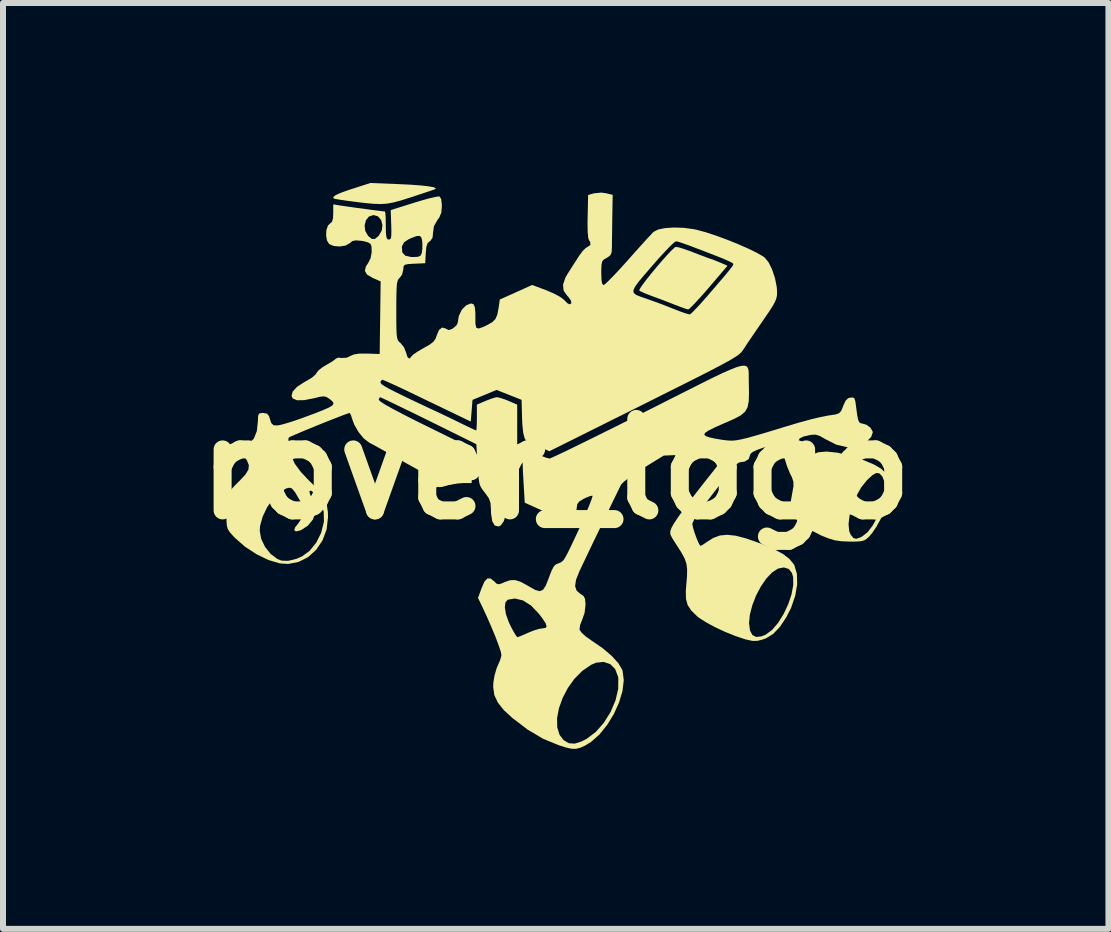
<source format=kicad_pcb>
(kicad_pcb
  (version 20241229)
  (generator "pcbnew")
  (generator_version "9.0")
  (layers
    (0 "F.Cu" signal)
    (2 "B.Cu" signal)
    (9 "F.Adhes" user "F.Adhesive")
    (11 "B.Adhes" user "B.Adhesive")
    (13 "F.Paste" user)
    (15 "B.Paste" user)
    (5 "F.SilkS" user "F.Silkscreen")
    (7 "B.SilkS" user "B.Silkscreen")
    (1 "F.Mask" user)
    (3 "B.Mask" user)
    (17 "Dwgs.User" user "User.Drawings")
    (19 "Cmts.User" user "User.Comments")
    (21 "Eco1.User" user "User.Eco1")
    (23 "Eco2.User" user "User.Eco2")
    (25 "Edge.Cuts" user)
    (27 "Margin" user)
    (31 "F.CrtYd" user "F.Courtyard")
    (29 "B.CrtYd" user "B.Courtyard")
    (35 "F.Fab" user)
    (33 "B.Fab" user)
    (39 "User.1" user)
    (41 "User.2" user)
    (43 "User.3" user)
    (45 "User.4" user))
  (footprint "rover_logo"
    (layer "F.Cu")
    (at 6.212 4.767)
    (property "Reference" "rover_logo" (at 0 0 0) (layer "F.SilkS") (effects (font (size 1.524 1.524) (thickness 0.3))))
    (attr board_only exclude_from_pos_files exclude_from_bom)
    (fp_poly (pts (xy -2.632 -4.749) (xy -2.42 -4.739) (xy -2.247 -4.726) (xy -2.116 -4.711) (xy -2.031 -4.695) (xy -1.998 -4.678) (xy -2.014 -4.663) (xy -2.058 -4.647) (xy -2.144 -4.618) (xy -2.263 -4.579) (xy -2.4 -4.533) (xy -2.419 -4.527) (xy -2.574 -4.478) (xy -2.699 -4.444) (xy -2.81 -4.423) (xy -2.921 -4.416) (xy -3.048 -4.421) (xy -3.205 -4.436) (xy -3.37 -4.457) (xy -3.5 -4.474) (xy -3.607 -4.49) (xy -3.678 -4.503) (xy -3.702 -4.509) (xy -3.706 -4.534) (xy -3.669 -4.564) (xy -3.586 -4.602) (xy -3.453 -4.65) (xy -3.384 -4.672) (xy -3.089 -4.767)) (stroke (width 0) (type solid)) (fill yes) (layer "F.SilkS"))
    (fp_poly (pts (xy 2.042 -3.696) (xy 2.124 -3.672) (xy 2.232 -3.634) (xy 2.303 -3.607) (xy 2.417 -3.563) (xy 2.509 -3.528) (xy 2.567 -3.507) (xy 2.581 -3.503) (xy 2.613 -3.493) (xy 2.68 -3.466) (xy 2.728 -3.446) (xy 2.863 -3.388) (xy 2.551 -3.022) (xy 2.445 -2.9) (xy 2.35 -2.796) (xy 2.274 -2.716) (xy 2.224 -2.669) (xy 2.207 -2.66) (xy 2.166 -2.671) (xy 2.087 -2.699) (xy 1.984 -2.738) (xy 1.956 -2.749) (xy 1.825 -2.8) (xy 1.69 -2.851) (xy 1.579 -2.892) (xy 1.577 -2.893) (xy 1.486 -2.928) (xy 1.418 -2.959) (xy 1.392 -2.975) (xy 1.402 -3.004) (xy 1.444 -3.067) (xy 1.509 -3.154) (xy 1.592 -3.258) (xy 1.683 -3.368) (xy 1.775 -3.475) (xy 1.861 -3.571) (xy 1.933 -3.647) (xy 1.984 -3.693) (xy 2 -3.702)) (stroke (width 0) (type solid)) (fill yes) (layer "F.SilkS"))
    (fp_poly (pts (xy 3.182 -1.711) (xy 3.203 -1.684) (xy 3.214 -1.643) (xy 3.217 -1.589) (xy 3.217 -1.524) (xy 3.218 -1.447) (xy 3.218 -1.447) (xy 3.221 -1.264) (xy 3.217 -1.129) (xy 3.197 -1.03) (xy 3.156 -0.956) (xy 3.087 -0.896) (xy 2.983 -0.84) (xy 2.837 -0.775) (xy 2.803 -0.761) (xy 2.648 -0.692) (xy 2.544 -0.64) (xy 2.488 -0.601) (xy 2.476 -0.571) (xy 2.505 -0.547) (xy 2.56 -0.528) (xy 2.655 -0.507) (xy 2.774 -0.487) (xy 2.836 -0.479) (xy 2.892 -0.474) (xy 2.947 -0.473) (xy 3.009 -0.479) (xy 3.086 -0.493) (xy 3.184 -0.516) (xy 3.311 -0.551) (xy 3.476 -0.599) (xy 3.684 -0.662) (xy 3.81 -0.701) (xy 4.048 -0.772) (xy 4.241 -0.825) (xy 4.398 -0.863) (xy 4.528 -0.889) (xy 4.568 -0.895) (xy 4.666 -0.91) (xy 4.722 -0.93) (xy 4.756 -0.966) (xy 4.784 -1.031) (xy 4.791 -1.051) (xy 4.83 -1.137) (xy 4.872 -1.179) (xy 4.914 -1.191) (xy 4.956 -1.192) (xy 4.98 -1.174) (xy 4.995 -1.122) (xy 5.007 -1.031) (xy 5.024 -0.902) (xy 5.04 -0.821) (xy 5.06 -0.777) (xy 5.087 -0.761) (xy 5.105 -0.759) (xy 5.179 -0.738) (xy 5.246 -0.688) (xy 5.282 -0.626) (xy 5.284 -0.61) (xy 5.258 -0.535) (xy 5.187 -0.462) (xy 5.086 -0.402) (xy 5.02 -0.379) (xy 4.854 -0.365) (xy 4.676 -0.406) (xy 4.491 -0.5) (xy 4.401 -0.552) (xy 4.331 -0.573) (xy 4.258 -0.57) (xy 4.243 -0.567) (xy 4.131 -0.542) (xy 4.067 -0.511) (xy 4.042 -0.465) (xy 4.045 -0.395) (xy 4.046 -0.385) (xy 4.077 -0.263) (xy 4.116 -0.195) (xy 4.17 -0.179) (xy 4.242 -0.213) (xy 4.27 -0.234) (xy 4.372 -0.279) (xy 4.516 -0.291) (xy 4.698 -0.272) (xy 4.911 -0.221) (xy 4.93 -0.215) (xy 5.139 -0.145) (xy 5.304 -0.075) (xy 5.422 -0.007) (xy 5.487 0.056) (xy 5.49 0.061) (xy 5.506 0.125) (xy 5.514 0.234) (xy 5.514 0.378) (xy 5.513 0.392) (xy 5.506 0.531) (xy 5.491 0.634) (xy 5.465 0.722) (xy 5.422 0.819) (xy 5.405 0.853) (xy 5.344 0.963) (xy 5.277 1.062) (xy 5.221 1.129) (xy 5.174 1.17) (xy 5.127 1.194) (xy 5.065 1.206) (xy 4.971 1.21) (xy 4.895 1.209) (xy 4.761 1.204) (xy 4.652 1.188) (xy 4.543 1.155) (xy 4.423 1.107) (xy 4.212 0.998) (xy 4.109 0.919) (xy 4.88 0.919) (xy 4.892 1.038) (xy 4.916 1.094) (xy 4.961 1.149) (xy 5.007 1.164) (xy 5.075 1.141) (xy 5.107 1.125) (xy 5.199 1.052) (xy 5.285 0.939) (xy 5.361 0.797) (xy 5.423 0.64) (xy 5.465 0.481) (xy 5.484 0.332) (xy 5.476 0.205) (xy 5.443 0.123) (xy 5.396 0.074) (xy 5.345 0.065) (xy 5.281 0.1) (xy 5.194 0.18) (xy 5.185 0.189) (xy 5.088 0.311) (xy 5.006 0.457) (xy 4.941 0.616) (xy 4.898 0.774) (xy 4.88 0.919) (xy 4.109 0.919) (xy 4.051 0.874) (xy 3.976 0.795) (xy 3.931 0.723) (xy 3.912 0.643) (xy 3.918 0.539) (xy 3.943 0.395) (xy 3.946 0.381) (xy 3.963 0.283) (xy 3.961 0.212) (xy 3.938 0.141) (xy 3.904 0.072) (xy 3.855 -0.046) (xy 3.813 -0.181) (xy 3.798 -0.247) (xy 3.779 -0.34) (xy 3.762 -0.408) (xy 3.752 -0.433) (xy 3.72 -0.43) (xy 3.646 -0.413) (xy 3.543 -0.383) (xy 3.489 -0.366) (xy 3.36 -0.32) (xy 3.28 -0.283) (xy 3.244 -0.25) (xy 3.241 -0.236) (xy 3.215 -0.164) (xy 3.147 -0.123) (xy 3.095 -0.117) (xy 3.054 -0.108) (xy 3.009 -0.078) (xy 2.951 -0.018) (xy 2.872 0.079) (xy 2.816 0.153) (xy 2.713 0.29) (xy 2.6 0.437) (xy 2.496 0.573) (xy 2.446 0.637) (xy 2.366 0.745) (xy 2.309 0.838) (xy 2.279 0.905) (xy 2.277 0.919) (xy 2.288 0.976) (xy 2.314 1.061) (xy 2.348 1.155) (xy 2.382 1.234) (xy 2.408 1.279) (xy 2.409 1.28) (xy 2.436 1.271) (xy 2.492 1.235) (xy 2.516 1.218) (xy 2.625 1.149) (xy 2.735 1.108) (xy 2.857 1.096) (xy 2.999 1.111) (xy 3.171 1.156) (xy 3.383 1.23) (xy 3.428 1.247) (xy 3.633 1.333) (xy 3.786 1.415) (xy 3.894 1.497) (xy 3.965 1.583) (xy 3.978 1.606) (xy 4.02 1.749) (xy 4.024 1.923) (xy 3.991 2.114) (xy 3.923 2.313) (xy 3.843 2.47) (xy 3.734 2.634) (xy 3.624 2.748) (xy 3.506 2.821) (xy 3.441 2.844) (xy 3.359 2.864) (xy 3.285 2.865) (xy 3.195 2.847) (xy 3.139 2.832) (xy 2.984 2.779) (xy 2.816 2.711) (xy 2.65 2.633) (xy 2.532 2.569) (xy 3.222 2.569) (xy 3.238 2.691) (xy 3.277 2.766) (xy 3.339 2.799) (xy 3.431 2.789) (xy 3.501 2.76) (xy 3.607 2.681) (xy 3.708 2.562) (xy 3.799 2.415) (xy 3.875 2.253) (xy 3.93 2.089) (xy 3.959 1.934) (xy 3.957 1.801) (xy 3.937 1.733) (xy 3.885 1.666) (xy 3.804 1.64) (xy 3.705 1.659) (xy 3.605 1.725) (xy 3.507 1.829) (xy 3.417 1.961) (xy 3.338 2.111) (xy 3.277 2.269) (xy 3.236 2.425) (xy 3.222 2.569) (xy 2.532 2.569) (xy 2.503 2.553) (xy 2.389 2.48) (xy 2.355 2.453) (xy 2.259 2.358) (xy 2.199 2.268) (xy 2.171 2.165) (xy 2.168 2.032) (xy 2.175 1.943) (xy 2.188 1.788) (xy 2.19 1.671) (xy 2.178 1.577) (xy 2.147 1.488) (xy 2.092 1.387) (xy 2.009 1.258) (xy 1.992 1.232) (xy 1.938 1.146) (xy 1.911 1.089) (xy 1.909 1.042) (xy 1.927 0.987) (xy 1.931 0.978) (xy 1.965 0.916) (xy 2.032 0.814) (xy 2.128 0.68) (xy 2.247 0.519) (xy 2.386 0.338) (xy 2.54 0.142) (xy 2.624 0.037) (xy 2.691 -0.05) (xy 2.725 -0.108) (xy 2.732 -0.151) (xy 2.719 -0.192) (xy 2.687 -0.262) (xy 2.244 -0.243) (xy 1.8 -0.224) (xy 1.463 -0.017) (xy 1.33 0.069) (xy 1.217 0.148) (xy 1.133 0.215) (xy 1.089 0.26) (xy 1.088 0.263) (xy 1.066 0.307) (xy 1.023 0.395) (xy 0.963 0.519) (xy 0.89 0.67) (xy 0.809 0.839) (xy 0.723 1.018) (xy 0.636 1.198) (xy 0.553 1.371) (xy 0.478 1.529) (xy 0.415 1.662) (xy 0.393 1.708) (xy 0.338 1.847) (xy 0.323 1.951) (xy 0.348 2.027) (xy 0.409 2.079) (xy 0.463 2.116) (xy 0.488 2.162) (xy 0.496 2.238) (xy 0.496 2.269) (xy 0.481 2.399) (xy 0.44 2.514) (xy 0.44 2.515) (xy 0.407 2.598) (xy 0.397 2.669) (xy 0.399 2.682) (xy 0.431 2.727) (xy 0.499 2.789) (xy 0.589 2.853) (xy 0.594 2.857) (xy 0.782 2.986) (xy 0.934 3.115) (xy 1.045 3.238) (xy 1.109 3.347) (xy 1.114 3.363) (xy 1.134 3.519) (xy 1.113 3.699) (xy 1.056 3.89) (xy 0.969 4.083) (xy 0.858 4.264) (xy 0.729 4.424) (xy 0.587 4.55) (xy 0.486 4.611) (xy 0.404 4.647) (xy 0.335 4.664) (xy 0.261 4.662) (xy 0.166 4.64) (xy 0.044 4.601) (xy -0.212 4.495) (xy -0.467 4.344) (xy -0.715 4.155) (xy -0.72 4.151) (xy 0.023 4.151) (xy 0.025 4.303) (xy 0.064 4.431) (xy 0.131 4.518) (xy 0.218 4.57) (xy 0.315 4.577) (xy 0.433 4.54) (xy 0.515 4.497) (xy 0.667 4.383) (xy 0.802 4.229) (xy 0.914 4.05) (xy 0.996 3.857) (xy 1.041 3.665) (xy 1.043 3.486) (xy 1.038 3.458) (xy 0.99 3.333) (xy 0.908 3.251) (xy 0.798 3.215) (xy 0.672 3.228) (xy 0.59 3.263) (xy 0.443 3.364) (xy 0.312 3.496) (xy 0.202 3.649) (xy 0.115 3.816) (xy 0.054 3.986) (xy 0.023 4.151) (xy -0.72 4.151) (xy -0.865 4.018) (xy -0.965 3.892) (xy -1.023 3.768) (xy -1.042 3.636) (xy -1.039 3.554) (xy -1.019 3.436) (xy -0.985 3.321) (xy -0.964 3.271) (xy -0.927 3.186) (xy -0.907 3.114) (xy -0.905 3.098) (xy -0.917 3.04) (xy -0.95 2.941) (xy -0.999 2.81) (xy -1.061 2.659) (xy -1.131 2.498) (xy -1.198 2.352) (xy -1.22 2.305) (xy -0.848 2.305) (xy -0.83 2.417) (xy -0.785 2.546) (xy -0.752 2.617) (xy -0.704 2.708) (xy -0.663 2.775) (xy -0.64 2.803) (xy -0.639 2.803) (xy -0.603 2.791) (xy -0.533 2.762) (xy -0.463 2.73) (xy -0.363 2.69) (xy -0.271 2.663) (xy -0.226 2.657) (xy -0.171 2.649) (xy -0.152 2.623) (xy -0.169 2.57) (xy -0.224 2.486) (xy -0.28 2.413) (xy -0.411 2.275) (xy -0.546 2.19) (xy -0.68 2.158) (xy -0.8 2.178) (xy -0.838 2.222) (xy -0.848 2.305) (xy -1.22 2.305) (xy -1.295 2.148) (xy -1.236 1.987) (xy -1.188 1.877) (xy -1.139 1.824) (xy -1.084 1.825) (xy -1.025 1.872) (xy -0.985 1.911) (xy -0.949 1.921) (xy -0.896 1.905) (xy -0.849 1.884) (xy -0.759 1.853) (xy -0.676 1.851) (xy -0.584 1.88) (xy -0.466 1.944) (xy -0.442 1.959) (xy -0.34 2.016) (xy -0.267 2.036) (xy -0.212 2.013) (xy -0.166 1.944) (xy -0.118 1.822) (xy -0.114 1.81) (xy -0.068 1.691) (xy -0.03 1.62) (xy 0.006 1.587) (xy 0.022 1.582) (xy 0.089 1.554) (xy 0.128 1.522) (xy 0.156 1.478) (xy 0.201 1.395) (xy 0.257 1.281) (xy 0.32 1.147) (xy 0.387 1.003) (xy 0.452 0.857) (xy 0.511 0.72) (xy 0.561 0.6) (xy 0.596 0.509) (xy 0.613 0.454) (xy 0.613 0.444) (xy 0.574 0.45) (xy 0.505 0.478) (xy 0.469 0.495) (xy 0.394 0.54) (xy 0.359 0.584) (xy 0.35 0.646) (xy 0.35 0.65) (xy 0.343 0.711) (xy 0.312 0.758) (xy 0.246 0.808) (xy 0.215 0.827) (xy 0.1 0.883) (xy 0.014 0.896) (xy -0.038 0.867) (xy -0.053 0.828) (xy -0.074 0.788) (xy -0.131 0.744) (xy -0.231 0.69) (xy -0.289 0.664) (xy -0.516 0.561) (xy -0.535 0.247) (xy -0.547 0.033) (xy -0.553 -0.137) (xy -0.554 -0.26) (xy -0.548 -0.332) (xy -0.54 -0.35) (xy -0.508 -0.339) (xy -0.439 -0.308) (xy -0.346 -0.265) (xy -0.34 -0.263) (xy -0.24 -0.219) (xy -0.155 -0.187) (xy -0.103 -0.175) (xy -0.103 -0.175) (xy -0.069 -0.188) (xy 0.013 -0.225) (xy 0.138 -0.284) (xy 0.301 -0.363) (xy 0.497 -0.459) (xy 0.722 -0.57) (xy 0.972 -0.694) (xy 1.241 -0.828) (xy 1.524 -0.971) (xy 1.542 -0.98) (xy 1.88 -1.151) (xy 2.169 -1.297) (xy 2.413 -1.42) (xy 2.616 -1.521) (xy 2.781 -1.6) (xy 2.914 -1.658) (xy 3.016 -1.698) (xy 3.092 -1.719) (xy 3.146 -1.723)) (stroke (width 0) (type solid)) (fill yes) (layer "F.SilkS"))
    (fp_poly (pts (xy 0.841 -4.596) (xy 0.949 -4.569) (xy 0.943 -4.204) (xy 0.941 -4.049) (xy 0.939 -3.901) (xy 0.937 -3.779) (xy 0.937 -3.702) (xy 0.932 -3.614) (xy 0.912 -3.564) (xy 0.866 -3.528) (xy 0.848 -3.518) (xy 0.801 -3.491) (xy 0.775 -3.46) (xy 0.763 -3.408) (xy 0.759 -3.319) (xy 0.759 -3.269) (xy 0.763 -3.153) (xy 0.774 -3.088) (xy 0.795 -3.066) (xy 0.797 -3.066) (xy 0.827 -3.086) (xy 0.889 -3.145) (xy 0.976 -3.234) (xy 1.081 -3.346) (xy 1.198 -3.476) (xy 1.203 -3.482) (xy 1.322 -3.616) (xy 1.432 -3.738) (xy 1.525 -3.841) (xy 1.595 -3.915) (xy 1.632 -3.954) (xy 1.708 -3.992) (xy 1.826 -4.016) (xy 1.973 -4.025) (xy 2.134 -4.02) (xy 2.296 -3.998) (xy 2.35 -3.987) (xy 2.498 -3.947) (xy 2.669 -3.891) (xy 2.851 -3.824) (xy 3.033 -3.751) (xy 3.201 -3.677) (xy 3.344 -3.608) (xy 3.449 -3.548) (xy 3.482 -3.525) (xy 3.547 -3.446) (xy 3.606 -3.326) (xy 3.654 -3.184) (xy 3.683 -3.038) (xy 3.689 -2.963) (xy 3.688 -2.903) (xy 3.679 -2.85) (xy 3.658 -2.793) (xy 3.619 -2.721) (xy 3.557 -2.625) (xy 3.467 -2.493) (xy 3.449 -2.467) (xy 3.355 -2.33) (xy 3.266 -2.2) (xy 3.19 -2.088) (xy 3.138 -2.008) (xy 3.128 -1.994) (xy 3.11 -1.968) (xy 3.089 -1.942) (xy 3.059 -1.914) (xy 3.017 -1.883) (xy 2.958 -1.846) (xy 2.88 -1.8) (xy 2.777 -1.744) (xy 2.646 -1.675) (xy 2.482 -1.59) (xy 2.282 -1.489) (xy 2.041 -1.368) (xy 1.755 -1.225) (xy 1.472 -1.083) (xy -0.107 -0.296) (xy -0.251 -0.366) (xy -0.336 -0.405) (xy -0.403 -0.431) (xy -0.426 -0.437) (xy -0.479 -0.455) (xy -0.517 -0.508) (xy -0.542 -0.604) (xy -0.557 -0.748) (xy -0.561 -0.848) (xy -0.569 -1.153) (xy -0.986 -1.318) (xy -1.186 -1.235) (xy -1.387 -1.152) (xy -1.416 -0.791) (xy -1.679 -0.918) (xy -1.798 -0.975) (xy -1.953 -1.05) (xy -2.129 -1.134) (xy -2.309 -1.221) (xy -2.404 -1.267) (xy -2.555 -1.339) (xy -2.689 -1.401) (xy -2.796 -1.45) (xy -2.867 -1.48) (xy -2.893 -1.489) (xy -2.916 -1.465) (xy -2.92 -1.443) (xy -2.913 -1.426) (xy -2.889 -1.404) (xy -2.843 -1.374) (xy -2.77 -1.334) (xy -2.666 -1.281) (xy -2.526 -1.212) (xy -2.344 -1.125) (xy -2.117 -1.018) (xy -1.985 -0.957) (xy -1.863 -0.899) (xy -1.718 -0.83) (xy -1.58 -0.762) (xy -1.566 -0.755) (xy -1.462 -0.705) (xy -1.38 -0.666) (xy -1.332 -0.645) (xy -1.325 -0.642) (xy -1.32 -0.669) (xy -1.316 -0.74) (xy -1.314 -0.84) (xy -1.314 -0.858) (xy -1.314 -1.073) (xy -1.17 -1.135) (xy -1.079 -1.17) (xy -1.005 -1.193) (xy -0.978 -1.197) (xy -0.925 -1.186) (xy -0.842 -1.158) (xy -0.786 -1.135) (xy -0.642 -1.073) (xy -0.642 0.252) (xy -0.729 0.367) (xy -0.793 0.474) (xy -0.817 0.585) (xy -0.818 0.613) (xy -0.832 0.759) (xy -0.866 0.871) (xy -0.916 0.94) (xy -0.956 0.958) (xy -1.017 0.941) (xy -1.058 0.87) (xy -1.078 0.744) (xy -1.08 0.665) (xy -1.087 0.565) (xy -1.114 0.489) (xy -1.172 0.406) (xy -1.181 0.394) (xy -1.224 0.339) (xy -1.254 0.29) (xy -1.273 0.234) (xy -1.285 0.157) (xy -1.295 0.046) (xy -1.302 -0.072) (xy -1.323 -0.414) (xy -2.116 -0.806) (xy -2.314 -0.904) (xy -2.496 -0.992) (xy -2.655 -1.069) (xy -2.783 -1.131) (xy -2.874 -1.174) (xy -2.923 -1.195) (xy -2.929 -1.197) (xy -2.946 -1.173) (xy -2.949 -1.153) (xy -2.922 -1.125) (xy -2.843 -1.074) (xy -2.713 -1.001) (xy -2.532 -0.906) (xy -2.302 -0.789) (xy -2.175 -0.727) (xy -1.401 -0.345) (xy -1.401 0.234) (xy -1.54 0.234) (xy -1.658 0.243) (xy -1.784 0.267) (xy -1.819 0.277) (xy -1.893 0.298) (xy -1.945 0.302) (xy -1.988 0.281) (xy -2.039 0.229) (xy -2.108 0.142) (xy -2.154 0.102) (xy -2.232 0.049) (xy -2.292 0.014) (xy -2.379 -0.034) (xy -2.499 -0.101) (xy -2.634 -0.177) (xy -2.73 -0.231) (xy -2.856 -0.302) (xy -2.971 -0.366) (xy -3.061 -0.415) (xy -3.107 -0.439) (xy -3.198 -0.508) (xy -3.286 -0.615) (xy -3.357 -0.738) (xy -3.388 -0.822) (xy -3.411 -0.893) (xy -3.431 -0.932) (xy -3.435 -0.934) (xy -3.471 -0.924) (xy -3.549 -0.895) (xy -3.66 -0.852) (xy -3.793 -0.8) (xy -3.937 -0.742) (xy -4.082 -0.683) (xy -4.215 -0.628) (xy -4.328 -0.58) (xy -4.41 -0.545) (xy -4.448 -0.525) (xy -4.45 -0.524) (xy -4.457 -0.483) (xy -4.444 -0.46) (xy -4.424 -0.407) (xy -4.415 -0.325) (xy -4.416 -0.304) (xy -4.401 -0.2) (xy -4.347 -0.085) (xy -4.25 0.046) (xy -4.106 0.199) (xy -4.058 0.244) (xy -3.938 0.367) (xy -3.86 0.477) (xy -3.816 0.589) (xy -3.797 0.721) (xy -3.795 0.803) (xy -3.819 1.007) (xy -3.887 1.19) (xy -3.991 1.345) (xy -4.126 1.467) (xy -4.284 1.548) (xy -4.458 1.582) (xy -4.598 1.573) (xy -4.786 1.517) (xy -4.985 1.421) (xy -5.178 1.295) (xy -5.345 1.149) (xy -5.38 1.112) (xy -5.432 1.054) (xy -5.448 1.028) (xy -4.933 1.028) (xy -4.909 1.165) (xy -4.844 1.299) (xy -4.75 1.416) (xy -4.64 1.499) (xy -4.569 1.527) (xy -4.458 1.53) (xy -4.322 1.497) (xy -4.228 1.456) (xy -4.1 1.362) (xy -3.99 1.225) (xy -3.908 1.06) (xy -3.864 0.881) (xy -3.863 0.874) (xy -3.867 0.713) (xy -3.912 0.558) (xy -3.993 0.431) (xy -4.015 0.408) (xy -4.076 0.362) (xy -4.105 0.364) (xy -4.098 0.412) (xy -4.077 0.458) (xy -4.022 0.604) (xy -4.011 0.735) (xy -4.045 0.839) (xy -4.132 0.945) (xy -4.236 1.013) (xy -4.26 1.024) (xy -4.329 1.04) (xy -4.358 1.02) (xy -4.343 0.971) (xy -4.294 0.911) (xy -4.226 0.809) (xy -4.211 0.689) (xy -4.25 0.549) (xy -4.343 0.389) (xy -4.35 0.38) (xy -4.397 0.324) (xy -4.44 0.311) (xy -4.492 0.324) (xy -4.605 0.39) (xy -4.714 0.499) (xy -4.81 0.638) (xy -4.884 0.792) (xy -4.927 0.946) (xy -4.933 1.028) (xy -5.448 1.028) (xy -5.463 1.005) (xy -5.48 0.951) (xy -5.487 0.874) (xy -5.489 0.758) (xy -5.489 0.728) (xy -5.485 0.603) (xy -5.477 0.495) (xy -5.464 0.422) (xy -5.458 0.406) (xy -5.423 0.358) (xy -5.358 0.285) (xy -5.277 0.203) (xy -5.268 0.195) (xy -5.172 0.092) (xy -5.122 0.01) (xy -5.114 -0.064) (xy -5.146 -0.142) (xy -5.17 -0.178) (xy -5.215 -0.267) (xy -5.207 -0.339) (xy -5.143 -0.405) (xy -5.117 -0.423) (xy -5.031 -0.507) (xy -4.981 -0.633) (xy -4.963 -0.804) (xy -4.963 -0.81) (xy -4.96 -0.888) (xy -4.944 -0.924) (xy -4.902 -0.934) (xy -4.876 -0.934) (xy -4.81 -0.923) (xy -4.777 -0.879) (xy -4.77 -0.854) (xy -4.742 -0.768) (xy -4.701 -0.728) (xy -4.631 -0.727) (xy -4.576 -0.738) (xy -4.489 -0.762) (xy -4.37 -0.799) (xy -4.243 -0.843) (xy -4.219 -0.852) (xy -4.026 -0.923) (xy -3.884 -0.979) (xy -3.786 -1.022) (xy -3.728 -1.056) (xy -3.704 -1.085) (xy -3.71 -1.114) (xy -3.741 -1.145) (xy -3.78 -1.175) (xy -3.823 -1.202) (xy -3.867 -1.211) (xy -3.929 -1.204) (xy -4.028 -1.18) (xy -4.192 -1.148) (xy -4.311 -1.146) (xy -4.382 -1.175) (xy -4.403 -1.216) (xy -4.384 -1.291) (xy -4.309 -1.372) (xy -4.178 -1.456) (xy -4.141 -1.476) (xy -4.059 -1.526) (xy -4.002 -1.577) (xy -3.987 -1.601) (xy -3.953 -1.645) (xy -3.883 -1.699) (xy -3.825 -1.734) (xy -3.742 -1.782) (xy -3.682 -1.823) (xy -3.663 -1.841) (xy -3.625 -1.856) (xy -3.574 -1.851) (xy -3.484 -1.855) (xy -3.428 -1.882) (xy -3.363 -1.91) (xy -3.271 -1.924) (xy -3.144 -1.924) (xy -2.934 -1.917) (xy -2.926 -2.522) (xy -2.918 -3.127) (xy -3.05 -3.185) (xy -3.144 -3.24) (xy -3.181 -3.302) (xy -3.164 -3.376) (xy -3.124 -3.437) (xy -3.085 -3.516) (xy -3.067 -3.616) (xy -3.07 -3.699) (xy -2.564 -3.699) (xy -2.557 -3.61) (xy -2.508 -3.556) (xy -2.412 -3.534) (xy -2.376 -3.533) (xy -2.294 -3.537) (xy -2.252 -3.557) (xy -2.232 -3.6) (xy -2.232 -3.601) (xy -2.223 -3.676) (xy -2.223 -3.77) (xy -2.224 -3.784) (xy -2.236 -3.853) (xy -2.264 -3.885) (xy -2.318 -3.883) (xy -2.408 -3.849) (xy -2.451 -3.829) (xy -2.528 -3.779) (xy -2.561 -3.716) (xy -2.564 -3.699) (xy -3.07 -3.699) (xy -3.07 -3.708) (xy -3.088 -3.754) (xy -3.128 -3.777) (xy -3.204 -3.798) (xy -3.244 -3.804) (xy -3.335 -3.811) (xy -3.392 -3.798) (xy -3.431 -3.765) (xy -3.501 -3.725) (xy -3.598 -3.709) (xy -3.699 -3.717) (xy -3.774 -3.748) (xy -3.812 -3.807) (xy -3.827 -3.894) (xy -3.822 -3.985) (xy -3.795 -4.059) (xy -3.794 -4.06) (xy -3.185 -4.06) (xy -3.175 -3.969) (xy -3.128 -3.887) (xy -3.124 -3.883) (xy -3.063 -3.834) (xy -3.013 -3.835) (xy -2.954 -3.884) (xy -2.95 -3.888) (xy -2.9 -3.973) (xy -2.888 -4.065) (xy -2.91 -4.15) (xy -2.962 -4.211) (xy -3.036 -4.233) (xy -3.112 -4.209) (xy -3.163 -4.146) (xy -3.185 -4.06) (xy -3.794 -4.06) (xy -3.766 -4.087) (xy -3.729 -4.12) (xy -3.712 -4.178) (xy -3.708 -4.265) (xy -3.708 -4.411) (xy -3.613 -4.395) (xy -3.552 -4.386) (xy -3.455 -4.372) (xy -3.333 -4.355) (xy -3.202 -4.338) (xy -3.074 -4.32) (xy -2.963 -4.306) (xy -2.882 -4.296) (xy -2.846 -4.292) (xy -2.846 -4.292) (xy -2.839 -4.265) (xy -2.834 -4.193) (xy -2.832 -4.091) (xy -2.832 -4.058) (xy -2.83 -3.938) (xy -2.822 -3.866) (xy -2.808 -3.832) (xy -2.788 -3.825) (xy -2.763 -3.828) (xy -2.748 -3.844) (xy -2.741 -3.885) (xy -2.739 -3.961) (xy -2.742 -4.083) (xy -2.743 -4.106) (xy -2.75 -4.315) (xy -2.364 -4.437) (xy -2.221 -4.48) (xy -2.096 -4.514) (xy -2 -4.536) (xy -1.945 -4.544) (xy -1.938 -4.543) (xy -1.909 -4.501) (xy -1.898 -4.403) (xy -1.898 -4.382) (xy -1.907 -4.272) (xy -1.941 -4.191) (xy -1.971 -4.151) (xy -2.03 -4.047) (xy -2.044 -3.945) (xy -2.053 -3.856) (xy -2.086 -3.806) (xy -2.101 -3.796) (xy -2.136 -3.763) (xy -2.156 -3.702) (xy -2.166 -3.598) (xy -2.175 -3.43) (xy -2.358 -3.422) (xy -2.457 -3.416) (xy -2.512 -3.405) (xy -2.535 -3.383) (xy -2.54 -3.343) (xy -2.54 -3.327) (xy -2.561 -3.24) (xy -2.598 -3.19) (xy -2.62 -3.168) (xy -2.635 -3.137) (xy -2.646 -3.09) (xy -2.652 -3.016) (xy -2.655 -2.907) (xy -2.657 -2.753) (xy -2.657 -2.647) (xy -2.657 -2.467) (xy -2.655 -2.336) (xy -2.651 -2.245) (xy -2.643 -2.185) (xy -2.631 -2.147) (xy -2.612 -2.121) (xy -2.587 -2.099) (xy -2.585 -2.098) (xy -2.529 -2.029) (xy -2.494 -1.941) (xy -2.494 -1.94) (xy -2.471 -1.867) (xy -2.441 -1.84) (xy -2.413 -1.864) (xy -2.407 -1.876) (xy -2.376 -1.907) (xy -2.307 -1.954) (xy -2.214 -2.009) (xy -2.203 -2.015) (xy -2.101 -2.073) (xy -2.039 -2.121) (xy -2.003 -2.171) (xy -1.983 -2.228) (xy -1.944 -2.319) (xy -1.893 -2.358) (xy -1.833 -2.342) (xy -1.824 -2.335) (xy -1.782 -2.316) (xy -1.728 -2.335) (xy -1.708 -2.347) (xy -1.656 -2.393) (xy -1.635 -2.431) (xy -1.615 -2.551) (xy -1.564 -2.657) (xy -1.492 -2.728) (xy -1.484 -2.732) (xy -1.416 -2.759) (xy -1.372 -2.749) (xy -1.348 -2.698) (xy -1.339 -2.598) (xy -1.339 -2.528) (xy -1.338 -2.417) (xy -1.325 -2.357) (xy -1.288 -2.341) (xy -1.218 -2.364) (xy -1.147 -2.397) (xy -1.058 -2.447) (xy -1.004 -2.501) (xy -0.972 -2.579) (xy -0.951 -2.69) (xy -0.932 -2.825) (xy -0.662 -2.946) (xy -0.392 -3.068) (xy -0.152 -2.977) (xy -0.026 -2.923) (xy 0.076 -2.868) (xy 0.138 -2.82) (xy 0.143 -2.815) (xy 0.192 -2.765) (xy 0.23 -2.744) (xy 0.261 -2.763) (xy 0.253 -2.809) (xy 0.21 -2.87) (xy 0.19 -2.89) (xy 0.131 -2.974) (xy 0.131 -2.976) (xy 1.294 -2.976) (xy 1.301 -2.934) (xy 1.342 -2.901) (xy 1.413 -2.872) (xy 1.515 -2.838) (xy 1.53 -2.832) (xy 1.643 -2.792) (xy 1.784 -2.74) (xy 1.926 -2.684) (xy 1.956 -2.672) (xy 2.069 -2.628) (xy 2.163 -2.595) (xy 2.223 -2.578) (xy 2.237 -2.577) (xy 2.267 -2.601) (xy 2.326 -2.661) (xy 2.408 -2.749) (xy 2.505 -2.858) (xy 2.543 -2.902) (xy 2.683 -3.065) (xy 2.789 -3.188) (xy 2.865 -3.279) (xy 2.916 -3.342) (xy 2.946 -3.382) (xy 2.959 -3.407) (xy 2.959 -3.421) (xy 2.95 -3.429) (xy 2.941 -3.436) (xy 2.895 -3.46) (xy 2.815 -3.496) (xy 2.744 -3.525) (xy 2.518 -3.613) (xy 2.34 -3.681) (xy 2.206 -3.732) (xy 2.109 -3.766) (xy 2.046 -3.787) (xy 2.009 -3.795) (xy 2.002 -3.795) (xy 1.971 -3.774) (xy 1.908 -3.715) (xy 1.822 -3.625) (xy 1.718 -3.512) (xy 1.604 -3.382) (xy 1.473 -3.23) (xy 1.378 -3.117) (xy 1.319 -3.034) (xy 1.294 -2.976) (xy 0.131 -2.976) (xy 0.122 -3.073) (xy 0.162 -3.192) (xy 0.215 -3.281) (xy 0.285 -3.39) (xy 0.358 -3.503) (xy 0.393 -3.558) (xy 0.449 -3.634) (xy 0.504 -3.687) (xy 0.528 -3.7) (xy 0.577 -3.733) (xy 0.575 -3.786) (xy 0.554 -3.814) (xy 0.541 -3.857) (xy 0.533 -3.95) (xy 0.53 -4.086) (xy 0.532 -4.205) (xy 0.54 -4.567) (xy 0.637 -4.595) (xy 0.761 -4.607)) (stroke (width 0) (type solid)) (fill yes) (layer "F.SilkS")))
  (gr_rect
    (start -3 -3)
    (end 15.424 12.431)
    (stroke (width 0.1) (type default))
    (fill no)
    (layer "Edge.Cuts")))
</source>
